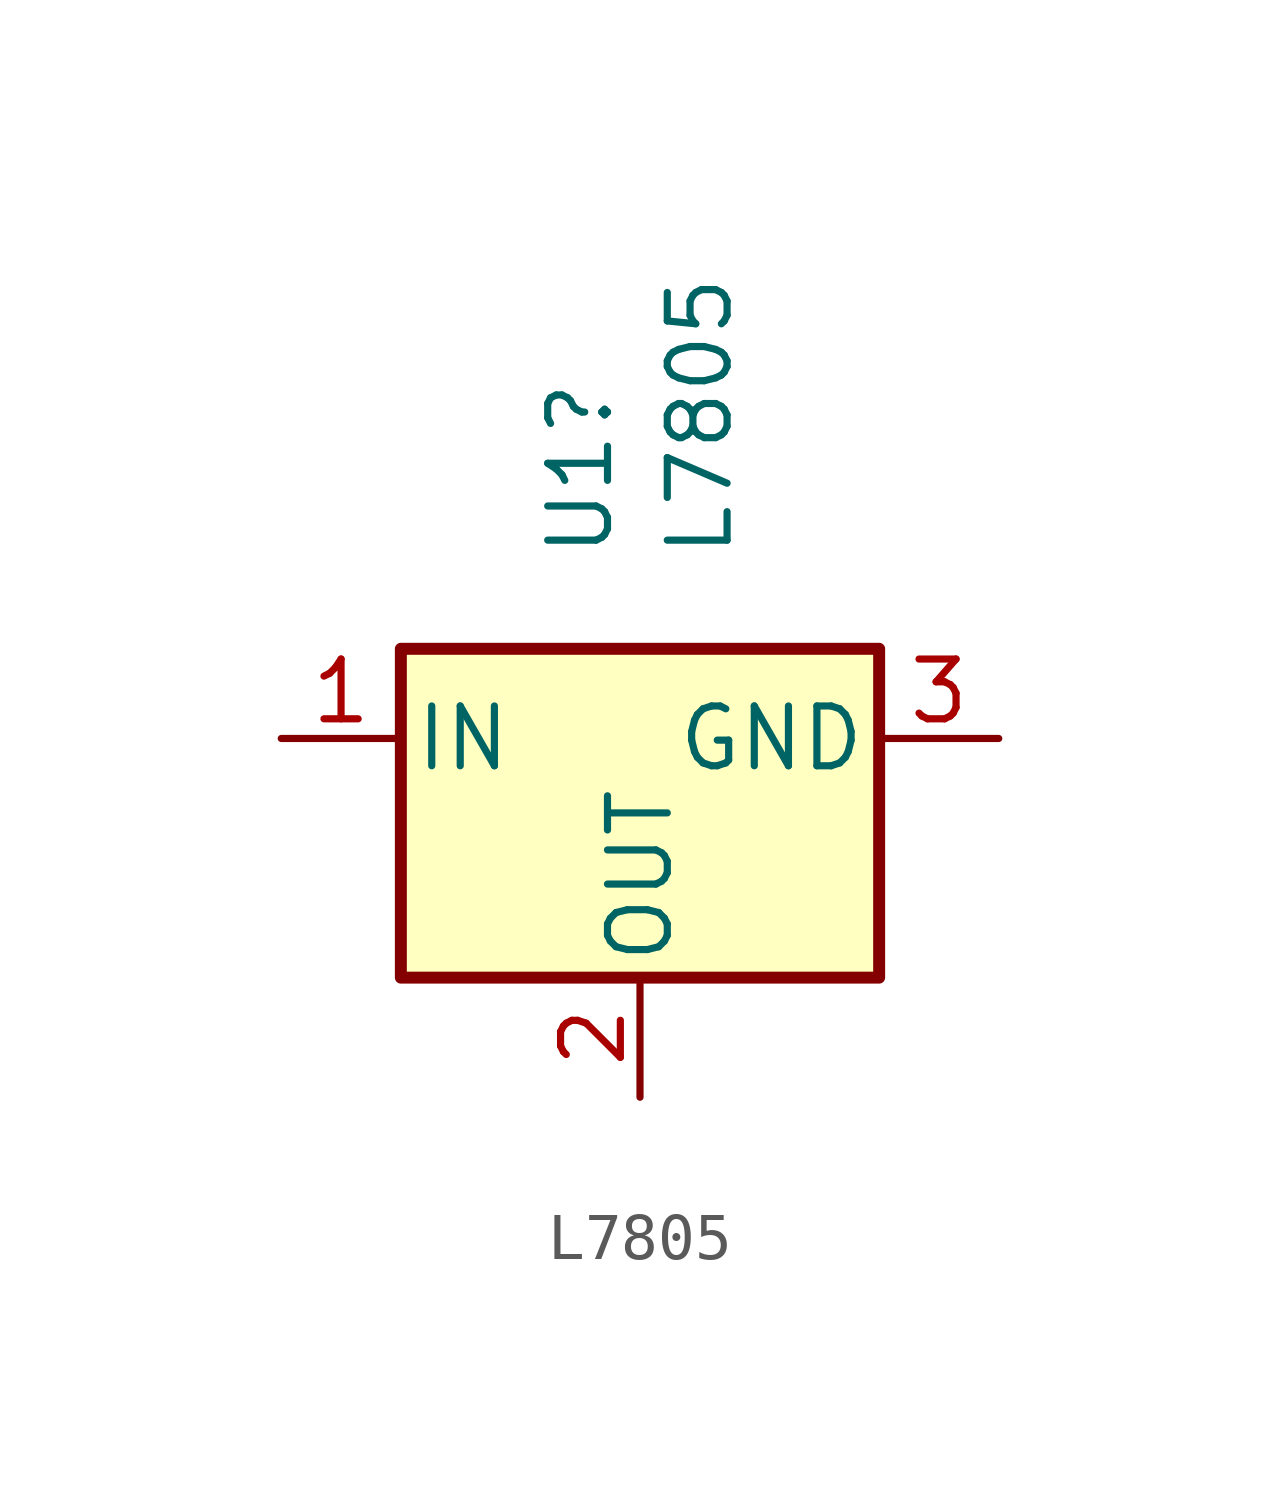
<source format=kicad_sym>
(kicad_symbol_lib
  (version 20241209)
  (generator "kicad_symbol_editor")
  (generator_version "9.0")
  (symbol "L7805"
    (pin_names
      (offset 0.254))
    (property "Reference" "U1"
      (at -1.27 3.81 90)
      (effects (font (size 1.27 1.27)) (justify left)))
    (property "Value" "L7805"
      (at 1.27 3.81 90)
      (effects (font (size 1.27 1.27)) (justify left)))
    (symbol "L7805_0_1"
      (rectangle (start -5.08 1.905) (end 5.08 -5.08) (stroke (width 0.254) (type default)) (fill (type background))))
    (symbol "L7805_1_1"
      (pin power_in line (at -7.62 0 0) (length 2.54) (name "IN" (effects (font (size 1.27 1.27)))) (number "1" (effects (font (size 1.27 1.27)))))
      (pin power_out line (at 0 -7.62 90) (length 2.54) (name "OUT" (effects (font (size 1.27 1.27)))) (number "2" (effects (font (size 1.27 1.27)))))
      (pin power_in line (at 7.62 0 180) (length 2.54) (name "GND" (effects (font (size 1.27 1.27)))) (number "3" (effects (font (size 1.27 1.27))))))))
</source>
